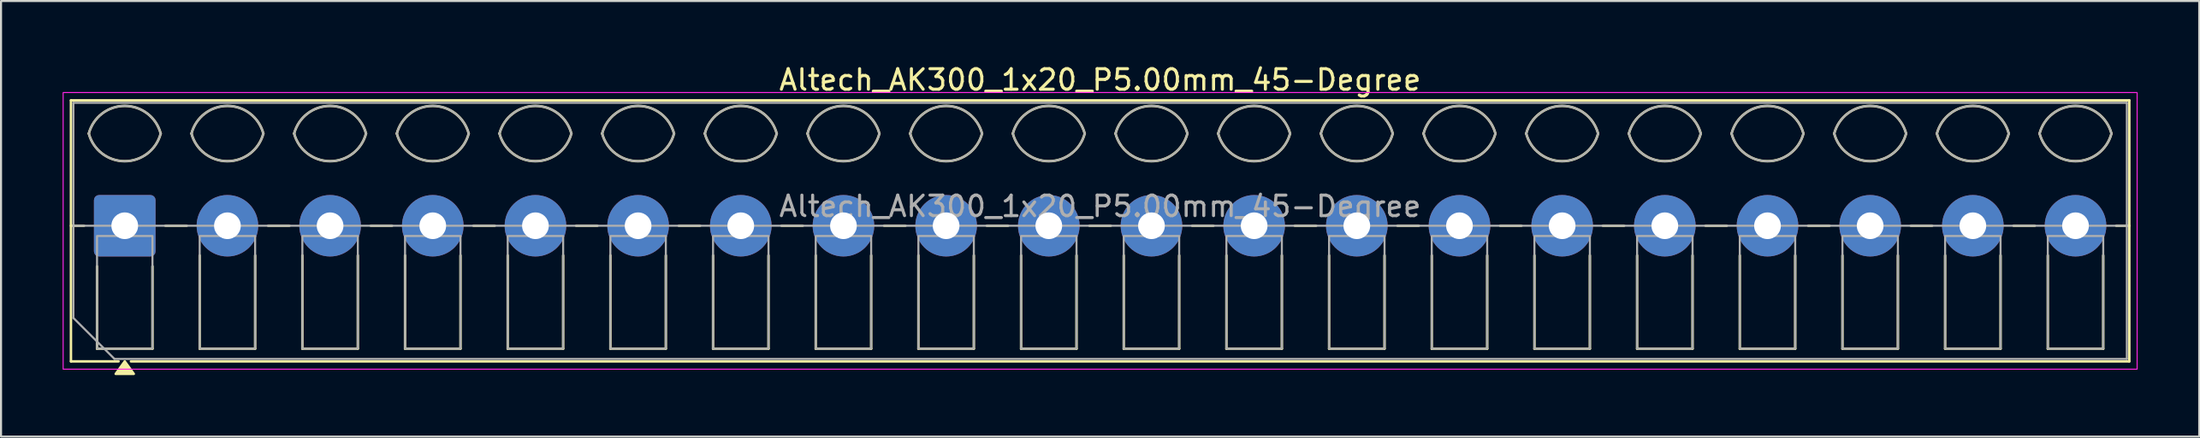
<source format=kicad_pcb>
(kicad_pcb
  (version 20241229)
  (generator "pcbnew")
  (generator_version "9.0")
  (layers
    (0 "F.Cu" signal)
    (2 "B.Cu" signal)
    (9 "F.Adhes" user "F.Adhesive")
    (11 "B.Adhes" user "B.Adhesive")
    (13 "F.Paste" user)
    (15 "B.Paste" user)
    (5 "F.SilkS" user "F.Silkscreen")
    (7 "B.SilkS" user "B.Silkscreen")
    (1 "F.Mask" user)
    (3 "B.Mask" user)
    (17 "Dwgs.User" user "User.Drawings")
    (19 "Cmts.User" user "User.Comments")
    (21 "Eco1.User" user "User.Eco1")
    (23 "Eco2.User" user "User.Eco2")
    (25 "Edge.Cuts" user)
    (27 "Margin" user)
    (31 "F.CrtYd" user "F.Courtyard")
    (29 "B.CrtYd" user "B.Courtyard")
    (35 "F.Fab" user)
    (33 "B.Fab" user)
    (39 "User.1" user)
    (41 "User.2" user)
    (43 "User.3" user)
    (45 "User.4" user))
  (footprint "Altech_AK300_1x20_P5.00mm_45-Degree"
    (layer "F.Cu")
    (at 3.025 7.968)
    (property "Reference" "Altech_AK300_1x20_P5.00mm_45-Degree" (at 47.5 -7.12 0) (layer "F.SilkS") (effects (font (size 1 1) (thickness 0.15))))
    (attr through_hole)
    (fp_line (start -2.62 -6.12) (end 97.62 -6.12) (stroke (width 0.12) (type solid)) (layer "F.SilkS"))
    (fp_line (start -2.62 0) (end -1.98 0) (stroke (width 0.12) (type solid)) (layer "F.SilkS"))
    (fp_line (start -2.62 6.62) (end -2.62 -6.12) (stroke (width 0.12) (type solid)) (layer "F.SilkS"))
    (fp_line (start -1.35 6) (end -1.35 1.98) (stroke (width 0.12) (type solid)) (layer "F.SilkS"))
    (fp_line (start -0.3 6.62) (end -2.62 6.62) (stroke (width 0.12) (type solid)) (layer "F.SilkS"))
    (fp_line (start 1.35 1.98) (end 1.35 6) (stroke (width 0.12) (type solid)) (layer "F.SilkS"))
    (fp_line (start 1.35 6) (end -1.35 6) (stroke (width 0.12) (type solid)) (layer "F.SilkS"))
    (fp_line (start 1.98 0) (end 3.02 0) (stroke (width 0.12) (type solid)) (layer "F.SilkS"))
    (fp_line (start 3.65 6) (end 3.65 1.448) (stroke (width 0.12) (type solid)) (layer "F.SilkS"))
    (fp_line (start 6.35 1.448) (end 6.35 6) (stroke (width 0.12) (type solid)) (layer "F.SilkS"))
    (fp_line (start 6.35 6) (end 3.65 6) (stroke (width 0.12) (type solid)) (layer "F.SilkS"))
    (fp_line (start 6.98 0) (end 8.02 0) (stroke (width 0.12) (type solid)) (layer "F.SilkS"))
    (fp_line (start 8.65 6) (end 8.65 1.448) (stroke (width 0.12) (type solid)) (layer "F.SilkS"))
    (fp_line (start 11.35 1.448) (end 11.35 6) (stroke (width 0.12) (type solid)) (layer "F.SilkS"))
    (fp_line (start 11.35 6) (end 8.65 6) (stroke (width 0.12) (type solid)) (layer "F.SilkS"))
    (fp_line (start 11.98 0) (end 13.02 0) (stroke (width 0.12) (type solid)) (layer "F.SilkS"))
    (fp_line (start 13.65 6) (end 13.65 1.448) (stroke (width 0.12) (type solid)) (layer "F.SilkS"))
    (fp_line (start 16.35 1.448) (end 16.35 6) (stroke (width 0.12) (type solid)) (layer "F.SilkS"))
    (fp_line (start 16.35 6) (end 13.65 6) (stroke (width 0.12) (type solid)) (layer "F.SilkS"))
    (fp_line (start 16.98 0) (end 18.02 0) (stroke (width 0.12) (type solid)) (layer "F.SilkS"))
    (fp_line (start 18.65 6) (end 18.65 1.448) (stroke (width 0.12) (type solid)) (layer "F.SilkS"))
    (fp_line (start 21.35 1.448) (end 21.35 6) (stroke (width 0.12) (type solid)) (layer "F.SilkS"))
    (fp_line (start 21.35 6) (end 18.65 6) (stroke (width 0.12) (type solid)) (layer "F.SilkS"))
    (fp_line (start 21.98 0) (end 23.02 0) (stroke (width 0.12) (type solid)) (layer "F.SilkS"))
    (fp_line (start 23.65 6) (end 23.65 1.448) (stroke (width 0.12) (type solid)) (layer "F.SilkS"))
    (fp_line (start 26.35 1.448) (end 26.35 6) (stroke (width 0.12) (type solid)) (layer "F.SilkS"))
    (fp_line (start 26.35 6) (end 23.65 6) (stroke (width 0.12) (type solid)) (layer "F.SilkS"))
    (fp_line (start 26.98 0) (end 28.02 0) (stroke (width 0.12) (type solid)) (layer "F.SilkS"))
    (fp_line (start 28.65 6) (end 28.65 1.448) (stroke (width 0.12) (type solid)) (layer "F.SilkS"))
    (fp_line (start 31.35 1.448) (end 31.35 6) (stroke (width 0.12) (type solid)) (layer "F.SilkS"))
    (fp_line (start 31.35 6) (end 28.65 6) (stroke (width 0.12) (type solid)) (layer "F.SilkS"))
    (fp_line (start 31.98 0) (end 33.02 0) (stroke (width 0.12) (type solid)) (layer "F.SilkS"))
    (fp_line (start 33.65 6) (end 33.65 1.448) (stroke (width 0.12) (type solid)) (layer "F.SilkS"))
    (fp_line (start 36.35 1.448) (end 36.35 6) (stroke (width 0.12) (type solid)) (layer "F.SilkS"))
    (fp_line (start 36.35 6) (end 33.65 6) (stroke (width 0.12) (type solid)) (layer "F.SilkS"))
    (fp_line (start 36.98 0) (end 38.02 0) (stroke (width 0.12) (type solid)) (layer "F.SilkS"))
    (fp_line (start 38.65 6) (end 38.65 1.448) (stroke (width 0.12) (type solid)) (layer "F.SilkS"))
    (fp_line (start 41.35 1.448) (end 41.35 6) (stroke (width 0.12) (type solid)) (layer "F.SilkS"))
    (fp_line (start 41.35 6) (end 38.65 6) (stroke (width 0.12) (type solid)) (layer "F.SilkS"))
    (fp_line (start 41.98 0) (end 43.02 0) (stroke (width 0.12) (type solid)) (layer "F.SilkS"))
    (fp_line (start 43.65 6) (end 43.65 1.448) (stroke (width 0.12) (type solid)) (layer "F.SilkS"))
    (fp_line (start 46.35 1.448) (end 46.35 6) (stroke (width 0.12) (type solid)) (layer "F.SilkS"))
    (fp_line (start 46.35 6) (end 43.65 6) (stroke (width 0.12) (type solid)) (layer "F.SilkS"))
    (fp_line (start 46.98 0) (end 48.02 0) (stroke (width 0.12) (type solid)) (layer "F.SilkS"))
    (fp_line (start 48.65 6) (end 48.65 1.448) (stroke (width 0.12) (type solid)) (layer "F.SilkS"))
    (fp_line (start 51.35 1.448) (end 51.35 6) (stroke (width 0.12) (type solid)) (layer "F.SilkS"))
    (fp_line (start 51.35 6) (end 48.65 6) (stroke (width 0.12) (type solid)) (layer "F.SilkS"))
    (fp_line (start 51.98 0) (end 53.02 0) (stroke (width 0.12) (type solid)) (layer "F.SilkS"))
    (fp_line (start 53.65 6) (end 53.65 1.448) (stroke (width 0.12) (type solid)) (layer "F.SilkS"))
    (fp_line (start 56.35 1.448) (end 56.35 6) (stroke (width 0.12) (type solid)) (layer "F.SilkS"))
    (fp_line (start 56.35 6) (end 53.65 6) (stroke (width 0.12) (type solid)) (layer "F.SilkS"))
    (fp_line (start 56.98 0) (end 58.02 0) (stroke (width 0.12) (type solid)) (layer "F.SilkS"))
    (fp_line (start 58.65 6) (end 58.65 1.448) (stroke (width 0.12) (type solid)) (layer "F.SilkS"))
    (fp_line (start 61.35 1.448) (end 61.35 6) (stroke (width 0.12) (type solid)) (layer "F.SilkS"))
    (fp_line (start 61.35 6) (end 58.65 6) (stroke (width 0.12) (type solid)) (layer "F.SilkS"))
    (fp_line (start 61.98 0) (end 63.02 0) (stroke (width 0.12) (type solid)) (layer "F.SilkS"))
    (fp_line (start 63.65 6) (end 63.65 1.448) (stroke (width 0.12) (type solid)) (layer "F.SilkS"))
    (fp_line (start 66.35 1.448) (end 66.35 6) (stroke (width 0.12) (type solid)) (layer "F.SilkS"))
    (fp_line (start 66.35 6) (end 63.65 6) (stroke (width 0.12) (type solid)) (layer "F.SilkS"))
    (fp_line (start 66.98 0) (end 68.02 0) (stroke (width 0.12) (type solid)) (layer "F.SilkS"))
    (fp_line (start 68.65 6) (end 68.65 1.448) (stroke (width 0.12) (type solid)) (layer "F.SilkS"))
    (fp_line (start 71.35 1.448) (end 71.35 6) (stroke (width 0.12) (type solid)) (layer "F.SilkS"))
    (fp_line (start 71.35 6) (end 68.65 6) (stroke (width 0.12) (type solid)) (layer "F.SilkS"))
    (fp_line (start 71.98 0) (end 73.02 0) (stroke (width 0.12) (type solid)) (layer "F.SilkS"))
    (fp_line (start 73.65 6) (end 73.65 1.448) (stroke (width 0.12) (type solid)) (layer "F.SilkS"))
    (fp_line (start 76.35 1.448) (end 76.35 6) (stroke (width 0.12) (type solid)) (layer "F.SilkS"))
    (fp_line (start 76.35 6) (end 73.65 6) (stroke (width 0.12) (type solid)) (layer "F.SilkS"))
    (fp_line (start 76.98 0) (end 78.02 0) (stroke (width 0.12) (type solid)) (layer "F.SilkS"))
    (fp_line (start 78.65 6) (end 78.65 1.448) (stroke (width 0.12) (type solid)) (layer "F.SilkS"))
    (fp_line (start 81.35 1.448) (end 81.35 6) (stroke (width 0.12) (type solid)) (layer "F.SilkS"))
    (fp_line (start 81.35 6) (end 78.65 6) (stroke (width 0.12) (type solid)) (layer "F.SilkS"))
    (fp_line (start 81.98 0) (end 83.02 0) (stroke (width 0.12) (type solid)) (layer "F.SilkS"))
    (fp_line (start 83.65 6) (end 83.65 1.448) (stroke (width 0.12) (type solid)) (layer "F.SilkS"))
    (fp_line (start 86.35 1.448) (end 86.35 6) (stroke (width 0.12) (type solid)) (layer "F.SilkS"))
    (fp_line (start 86.35 6) (end 83.65 6) (stroke (width 0.12) (type solid)) (layer "F.SilkS"))
    (fp_line (start 86.98 0) (end 88.02 0) (stroke (width 0.12) (type solid)) (layer "F.SilkS"))
    (fp_line (start 88.65 6) (end 88.65 1.448) (stroke (width 0.12) (type solid)) (layer "F.SilkS"))
    (fp_line (start 91.35 1.448) (end 91.35 6) (stroke (width 0.12) (type solid)) (layer "F.SilkS"))
    (fp_line (start 91.35 6) (end 88.65 6) (stroke (width 0.12) (type solid)) (layer "F.SilkS"))
    (fp_line (start 91.98 0) (end 93.02 0) (stroke (width 0.12) (type solid)) (layer "F.SilkS"))
    (fp_line (start 93.65 6) (end 93.65 1.448) (stroke (width 0.12) (type solid)) (layer "F.SilkS"))
    (fp_line (start 96.35 1.448) (end 96.35 6) (stroke (width 0.12) (type solid)) (layer "F.SilkS"))
    (fp_line (start 96.35 6) (end 93.65 6) (stroke (width 0.12) (type solid)) (layer "F.SilkS"))
    (fp_line (start 96.98 0) (end 97.62 0) (stroke (width 0.12) (type solid)) (layer "F.SilkS"))
    (fp_line (start 97.62 -6.12) (end 97.62 6.62) (stroke (width 0.12) (type solid)) (layer "F.SilkS"))
    (fp_line (start 97.62 6.62) (end 0.3 6.62) (stroke (width 0.12) (type solid)) (layer "F.SilkS"))
    (fp_arc (start -1.75 -4.5) (mid 0 -5.85) (end 1.75 -4.5) (stroke (width 0.12) (type solid)) (layer "F.SilkS"))
    (fp_arc (start 1.75 -4.5) (mid 0 -3.15) (end -1.75 -4.5) (stroke (width 0.12) (type solid)) (layer "F.SilkS"))
    (fp_arc (start 3.25 -4.5) (mid 5 -5.85) (end 6.75 -4.5) (stroke (width 0.12) (type solid)) (layer "F.SilkS"))
    (fp_arc (start 6.75 -4.5) (mid 5 -3.15) (end 3.25 -4.5) (stroke (width 0.12) (type solid)) (layer "F.SilkS"))
    (fp_arc (start 8.25 -4.5) (mid 10 -5.85) (end 11.75 -4.5) (stroke (width 0.12) (type solid)) (layer "F.SilkS"))
    (fp_arc (start 11.75 -4.5) (mid 10 -3.15) (end 8.25 -4.5) (stroke (width 0.12) (type solid)) (layer "F.SilkS"))
    (fp_arc (start 13.25 -4.5) (mid 15 -5.85) (end 16.75 -4.5) (stroke (width 0.12) (type solid)) (layer "F.SilkS"))
    (fp_arc (start 16.75 -4.5) (mid 15 -3.15) (end 13.25 -4.5) (stroke (width 0.12) (type solid)) (layer "F.SilkS"))
    (fp_arc (start 18.25 -4.5) (mid 20 -5.85) (end 21.75 -4.5) (stroke (width 0.12) (type solid)) (layer "F.SilkS"))
    (fp_arc (start 21.75 -4.5) (mid 20 -3.15) (end 18.25 -4.5) (stroke (width 0.12) (type solid)) (layer "F.SilkS"))
    (fp_arc (start 23.25 -4.5) (mid 25 -5.85) (end 26.75 -4.5) (stroke (width 0.12) (type solid)) (layer "F.SilkS"))
    (fp_arc (start 26.75 -4.5) (mid 25 -3.15) (end 23.25 -4.5) (stroke (width 0.12) (type solid)) (layer "F.SilkS"))
    (fp_arc (start 28.25 -4.5) (mid 30 -5.85) (end 31.75 -4.5) (stroke (width 0.12) (type solid)) (layer "F.SilkS"))
    (fp_arc (start 31.75 -4.5) (mid 30 -3.15) (end 28.25 -4.5) (stroke (width 0.12) (type solid)) (layer "F.SilkS"))
    (fp_arc (start 33.25 -4.5) (mid 35 -5.85) (end 36.75 -4.5) (stroke (width 0.12) (type solid)) (layer "F.SilkS"))
    (fp_arc (start 36.75 -4.5) (mid 35 -3.15) (end 33.25 -4.5) (stroke (width 0.12) (type solid)) (layer "F.SilkS"))
    (fp_arc (start 38.25 -4.5) (mid 40 -5.85) (end 41.75 -4.5) (stroke (width 0.12) (type solid)) (layer "F.SilkS"))
    (fp_arc (start 41.75 -4.5) (mid 40 -3.15) (end 38.25 -4.5) (stroke (width 0.12) (type solid)) (layer "F.SilkS"))
    (fp_arc (start 43.25 -4.5) (mid 45 -5.85) (end 46.75 -4.5) (stroke (width 0.12) (type solid)) (layer "F.SilkS"))
    (fp_arc (start 46.75 -4.5) (mid 45 -3.15) (end 43.25 -4.5) (stroke (width 0.12) (type solid)) (layer "F.SilkS"))
    (fp_arc (start 48.25 -4.5) (mid 50 -5.85) (end 51.75 -4.5) (stroke (width 0.12) (type solid)) (layer "F.SilkS"))
    (fp_arc (start 51.75 -4.5) (mid 50 -3.15) (end 48.25 -4.5) (stroke (width 0.12) (type solid)) (layer "F.SilkS"))
    (fp_arc (start 53.25 -4.5) (mid 55 -5.85) (end 56.75 -4.5) (stroke (width 0.12) (type solid)) (layer "F.SilkS"))
    (fp_arc (start 56.75 -4.5) (mid 55 -3.15) (end 53.25 -4.5) (stroke (width 0.12) (type solid)) (layer "F.SilkS"))
    (fp_arc (start 58.25 -4.5) (mid 60 -5.85) (end 61.75 -4.5) (stroke (width 0.12) (type solid)) (layer "F.SilkS"))
    (fp_arc (start 61.75 -4.5) (mid 60 -3.15) (end 58.25 -4.5) (stroke (width 0.12) (type solid)) (layer "F.SilkS"))
    (fp_arc (start 63.25 -4.5) (mid 65 -5.85) (end 66.75 -4.5) (stroke (width 0.12) (type solid)) (layer "F.SilkS"))
    (fp_arc (start 66.75 -4.5) (mid 65 -3.15) (end 63.25 -4.5) (stroke (width 0.12) (type solid)) (layer "F.SilkS"))
    (fp_arc (start 68.25 -4.5) (mid 70 -5.85) (end 71.75 -4.5) (stroke (width 0.12) (type solid)) (layer "F.SilkS"))
    (fp_arc (start 71.75 -4.5) (mid 70 -3.15) (end 68.25 -4.5) (stroke (width 0.12) (type solid)) (layer "F.SilkS"))
    (fp_arc (start 73.25 -4.5) (mid 75 -5.85) (end 76.75 -4.5) (stroke (width 0.12) (type solid)) (layer "F.SilkS"))
    (fp_arc (start 76.75 -4.5) (mid 75 -3.15) (end 73.25 -4.5) (stroke (width 0.12) (type solid)) (layer "F.SilkS"))
    (fp_arc (start 78.25 -4.5) (mid 80 -5.85) (end 81.75 -4.5) (stroke (width 0.12) (type solid)) (layer "F.SilkS"))
    (fp_arc (start 81.75 -4.5) (mid 80 -3.15) (end 78.25 -4.5) (stroke (width 0.12) (type solid)) (layer "F.SilkS"))
    (fp_arc (start 83.25 -4.5) (mid 85 -5.85) (end 86.75 -4.5) (stroke (width 0.12) (type solid)) (layer "F.SilkS"))
    (fp_arc (start 86.75 -4.5) (mid 85 -3.15) (end 83.25 -4.5) (stroke (width 0.12) (type solid)) (layer "F.SilkS"))
    (fp_arc (start 88.25 -4.5) (mid 90 -5.85) (end 91.75 -4.5) (stroke (width 0.12) (type solid)) (layer "F.SilkS"))
    (fp_arc (start 91.75 -4.5) (mid 90 -3.15) (end 88.25 -4.5) (stroke (width 0.12) (type solid)) (layer "F.SilkS"))
    (fp_arc (start 93.25 -4.5) (mid 95 -5.85) (end 96.75 -4.5) (stroke (width 0.12) (type solid)) (layer "F.SilkS"))
    (fp_arc (start 96.75 -4.5) (mid 95 -3.15) (end 93.25 -4.5) (stroke (width 0.12) (type solid)) (layer "F.SilkS"))
    (fp_poly (pts (xy 0 6.62) (xy 0.44 7.23) (xy -0.44 7.23)) (stroke (width 0.12) (type solid)) (fill yes) (layer "F.SilkS"))
    (fp_rect (start -3 -6.5) (end 98 7) (stroke (width 0.05) (type solid)) (fill no) (layer "F.CrtYd"))
    (fp_line (start -2.5 -6) (end 97.5 -6) (stroke (width 0.1) (type solid)) (layer "F.Fab"))
    (fp_line (start -2.5 0) (end 97.5 0) (stroke (width 0.1) (type solid)) (layer "F.Fab"))
    (fp_line (start -2.5 4.5) (end -2.5 -6) (stroke (width 0.1) (type solid)) (layer "F.Fab"))
    (fp_line (start -0.5 6.5) (end -2.5 4.5) (stroke (width 0.1) (type solid)) (layer "F.Fab"))
    (fp_line (start 97.5 -6) (end 97.5 6.5) (stroke (width 0.1) (type solid)) (layer "F.Fab"))
    (fp_line (start 97.5 6.5) (end -0.5 6.5) (stroke (width 0.1) (type solid)) (layer "F.Fab"))
    (fp_rect (start -1.35 0.5) (end 1.35 6) (stroke (width 0.1) (type solid)) (fill no) (layer "F.Fab"))
    (fp_rect (start 3.65 0.5) (end 6.35 6) (stroke (width 0.1) (type solid)) (fill no) (layer "F.Fab"))
    (fp_rect (start 8.65 0.5) (end 11.351 6) (stroke (width 0.1) (type solid)) (fill no) (layer "F.Fab"))
    (fp_rect (start 13.65 0.5) (end 16.351 6) (stroke (width 0.1) (type solid)) (fill no) (layer "F.Fab"))
    (fp_rect (start 18.65 0.5) (end 21.35 6) (stroke (width 0.1) (type solid)) (fill no) (layer "F.Fab"))
    (fp_rect (start 23.65 0.5) (end 26.35 6) (stroke (width 0.1) (type solid)) (fill no) (layer "F.Fab"))
    (fp_rect (start 28.65 0.5) (end 31.35 6) (stroke (width 0.1) (type solid)) (fill no) (layer "F.Fab"))
    (fp_rect (start 33.65 0.5) (end 36.35 6) (stroke (width 0.1) (type solid)) (fill no) (layer "F.Fab"))
    (fp_rect (start 38.65 0.5) (end 41.35 6) (stroke (width 0.1) (type solid)) (fill no) (layer "F.Fab"))
    (fp_rect (start 43.65 0.5) (end 46.35 6) (stroke (width 0.1) (type solid)) (fill no) (layer "F.Fab"))
    (fp_rect (start 48.65 0.5) (end 51.35 6) (stroke (width 0.1) (type solid)) (fill no) (layer "F.Fab"))
    (fp_rect (start 53.65 0.5) (end 56.35 6) (stroke (width 0.1) (type solid)) (fill no) (layer "F.Fab"))
    (fp_rect (start 58.65 0.5) (end 61.35 6) (stroke (width 0.1) (type solid)) (fill no) (layer "F.Fab"))
    (fp_rect (start 63.65 0.5) (end 66.35 6) (stroke (width 0.1) (type solid)) (fill no) (layer "F.Fab"))
    (fp_rect (start 68.65 0.5) (end 71.35 6) (stroke (width 0.1) (type solid)) (fill no) (layer "F.Fab"))
    (fp_rect (start 73.65 0.5) (end 76.35 6) (stroke (width 0.1) (type solid)) (fill no) (layer "F.Fab"))
    (fp_rect (start 78.65 0.5) (end 81.35 6) (stroke (width 0.1) (type solid)) (fill no) (layer "F.Fab"))
    (fp_rect (start 83.65 0.5) (end 86.35 6) (stroke (width 0.1) (type solid)) (fill no) (layer "F.Fab"))
    (fp_rect (start 88.65 0.5) (end 91.35 6) (stroke (width 0.1) (type solid)) (fill no) (layer "F.Fab"))
    (fp_rect (start 93.65 0.5) (end 96.35 6) (stroke (width 0.1) (type solid)) (fill no) (layer "F.Fab"))
    (fp_arc (start -1.75 -4.5) (mid 0 -5.85) (end 1.75 -4.5) (stroke (width 0.1) (type solid)) (layer "F.Fab"))
    (fp_arc (start 1.75 -4.5) (mid 0 -3.15) (end -1.75 -4.5) (stroke (width 0.1) (type solid)) (layer "F.Fab"))
    (fp_arc (start 3.25 -4.5) (mid 5 -5.85) (end 6.75 -4.5) (stroke (width 0.1) (type solid)) (layer "F.Fab"))
    (fp_arc (start 6.75 -4.5) (mid 5 -3.15) (end 3.25 -4.5) (stroke (width 0.1) (type solid)) (layer "F.Fab"))
    (fp_arc (start 8.25 -4.5) (mid 10 -5.85) (end 11.75 -4.5) (stroke (width 0.1) (type solid)) (layer "F.Fab"))
    (fp_arc (start 11.75 -4.5) (mid 10 -3.15) (end 8.25 -4.5) (stroke (width 0.1) (type solid)) (layer "F.Fab"))
    (fp_arc (start 13.25 -4.5) (mid 15 -5.85) (end 16.75 -4.5) (stroke (width 0.1) (type solid)) (layer "F.Fab"))
    (fp_arc (start 16.75 -4.5) (mid 15 -3.15) (end 13.25 -4.5) (stroke (width 0.1) (type solid)) (layer "F.Fab"))
    (fp_arc (start 18.25 -4.5) (mid 20 -5.85) (end 21.75 -4.5) (stroke (width 0.1) (type solid)) (layer "F.Fab"))
    (fp_arc (start 21.75 -4.5) (mid 20 -3.15) (end 18.25 -4.5) (stroke (width 0.1) (type solid)) (layer "F.Fab"))
    (fp_arc (start 23.25 -4.5) (mid 25 -5.85) (end 26.75 -4.5) (stroke (width 0.1) (type solid)) (layer "F.Fab"))
    (fp_arc (start 26.75 -4.5) (mid 25 -3.15) (end 23.25 -4.5) (stroke (width 0.1) (type solid)) (layer "F.Fab"))
    (fp_arc (start 28.25 -4.5) (mid 30 -5.85) (end 31.75 -4.5) (stroke (width 0.1) (type solid)) (layer "F.Fab"))
    (fp_arc (start 31.75 -4.5) (mid 30 -3.15) (end 28.25 -4.5) (stroke (width 0.1) (type solid)) (layer "F.Fab"))
    (fp_arc (start 33.25 -4.5) (mid 35 -5.85) (end 36.75 -4.5) (stroke (width 0.1) (type solid)) (layer "F.Fab"))
    (fp_arc (start 36.75 -4.5) (mid 35 -3.15) (end 33.25 -4.5) (stroke (width 0.1) (type solid)) (layer "F.Fab"))
    (fp_arc (start 38.25 -4.5) (mid 40 -5.85) (end 41.75 -4.5) (stroke (width 0.1) (type solid)) (layer "F.Fab"))
    (fp_arc (start 41.75 -4.5) (mid 40 -3.15) (end 38.25 -4.5) (stroke (width 0.1) (type solid)) (layer "F.Fab"))
    (fp_arc (start 43.25 -4.5) (mid 45 -5.85) (end 46.75 -4.5) (stroke (width 0.1) (type solid)) (layer "F.Fab"))
    (fp_arc (start 46.75 -4.5) (mid 45 -3.15) (end 43.25 -4.5) (stroke (width 0.1) (type solid)) (layer "F.Fab"))
    (fp_arc (start 48.25 -4.5) (mid 50 -5.85) (end 51.75 -4.5) (stroke (width 0.1) (type solid)) (layer "F.Fab"))
    (fp_arc (start 51.75 -4.5) (mid 50 -3.15) (end 48.25 -4.5) (stroke (width 0.1) (type solid)) (layer "F.Fab"))
    (fp_arc (start 53.25 -4.5) (mid 55 -5.85) (end 56.75 -4.5) (stroke (width 0.1) (type solid)) (layer "F.Fab"))
    (fp_arc (start 56.75 -4.5) (mid 55 -3.15) (end 53.25 -4.5) (stroke (width 0.1) (type solid)) (layer "F.Fab"))
    (fp_arc (start 58.25 -4.5) (mid 60 -5.85) (end 61.75 -4.5) (stroke (width 0.1) (type solid)) (layer "F.Fab"))
    (fp_arc (start 61.75 -4.5) (mid 60 -3.15) (end 58.25 -4.5) (stroke (width 0.1) (type solid)) (layer "F.Fab"))
    (fp_arc (start 63.25 -4.5) (mid 65 -5.85) (end 66.75 -4.5) (stroke (width 0.1) (type solid)) (layer "F.Fab"))
    (fp_arc (start 66.75 -4.5) (mid 65 -3.15) (end 63.25 -4.5) (stroke (width 0.1) (type solid)) (layer "F.Fab"))
    (fp_arc (start 68.25 -4.5) (mid 70 -5.85) (end 71.75 -4.5) (stroke (width 0.1) (type solid)) (layer "F.Fab"))
    (fp_arc (start 71.75 -4.5) (mid 70 -3.15) (end 68.25 -4.5) (stroke (width 0.1) (type solid)) (layer "F.Fab"))
    (fp_arc (start 73.25 -4.5) (mid 75 -5.85) (end 76.75 -4.5) (stroke (width 0.1) (type solid)) (layer "F.Fab"))
    (fp_arc (start 76.75 -4.5) (mid 75 -3.15) (end 73.25 -4.5) (stroke (width 0.1) (type solid)) (layer "F.Fab"))
    (fp_arc (start 78.25 -4.5) (mid 80 -5.85) (end 81.75 -4.5) (stroke (width 0.1) (type solid)) (layer "F.Fab"))
    (fp_arc (start 81.75 -4.5) (mid 80 -3.15) (end 78.25 -4.5) (stroke (width 0.1) (type solid)) (layer "F.Fab"))
    (fp_arc (start 83.25 -4.5) (mid 85 -5.85) (end 86.75 -4.5) (stroke (width 0.1) (type solid)) (layer "F.Fab"))
    (fp_arc (start 86.75 -4.5) (mid 85 -3.15) (end 83.25 -4.5) (stroke (width 0.1) (type solid)) (layer "F.Fab"))
    (fp_arc (start 88.25 -4.5) (mid 90 -5.85) (end 91.75 -4.5) (stroke (width 0.1) (type solid)) (layer "F.Fab"))
    (fp_arc (start 91.75 -4.5) (mid 90 -3.15) (end 88.25 -4.5) (stroke (width 0.1) (type solid)) (layer "F.Fab"))
    (fp_arc (start 93.25 -4.5) (mid 95 -5.85) (end 96.75 -4.5) (stroke (width 0.1) (type solid)) (layer "F.Fab"))
    (fp_arc (start 96.75 -4.5) (mid 95 -3.15) (end 93.25 -4.5) (stroke (width 0.1) (type solid)) (layer "F.Fab"))
    (fp_text user "${REFERENCE}" (at 47.5 -0.95 0) (layer "F.Fab") (effects (font (size 1 1) (thickness 0.15))))
    (pad "1" thru_hole roundrect (at 0 0) (size 3 3) (drill 1.3) (layers "*.Cu" "*.Mask") (roundrect_rratio 0.083))
    (pad "2" thru_hole circle (at 5 0) (size 3 3) (drill 1.3) (layers "*.Cu" "*.Mask"))
    (pad "3" thru_hole circle (at 10 0) (size 3 3) (drill 1.3) (layers "*.Cu" "*.Mask"))
    (pad "4" thru_hole circle (at 15 0) (size 3 3) (drill 1.3) (layers "*.Cu" "*.Mask"))
    (pad "5" thru_hole circle (at 20 0) (size 3 3) (drill 1.3) (layers "*.Cu" "*.Mask"))
    (pad "6" thru_hole circle (at 25 0) (size 3 3) (drill 1.3) (layers "*.Cu" "*.Mask"))
    (pad "7" thru_hole circle (at 30 0) (size 3 3) (drill 1.3) (layers "*.Cu" "*.Mask"))
    (pad "8" thru_hole circle (at 35 0) (size 3 3) (drill 1.3) (layers "*.Cu" "*.Mask"))
    (pad "9" thru_hole circle (at 40 0) (size 3 3) (drill 1.3) (layers "*.Cu" "*.Mask"))
    (pad "10" thru_hole circle (at 45 0) (size 3 3) (drill 1.3) (layers "*.Cu" "*.Mask"))
    (pad "11" thru_hole circle (at 50 0) (size 3 3) (drill 1.3) (layers "*.Cu" "*.Mask"))
    (pad "12" thru_hole circle (at 55 0) (size 3 3) (drill 1.3) (layers "*.Cu" "*.Mask"))
    (pad "13" thru_hole circle (at 60 0) (size 3 3) (drill 1.3) (layers "*.Cu" "*.Mask"))
    (pad "14" thru_hole circle (at 65 0) (size 3 3) (drill 1.3) (layers "*.Cu" "*.Mask"))
    (pad "15" thru_hole circle (at 70 0) (size 3 3) (drill 1.3) (layers "*.Cu" "*.Mask"))
    (pad "16" thru_hole circle (at 75 0) (size 3 3) (drill 1.3) (layers "*.Cu" "*.Mask"))
    (pad "17" thru_hole circle (at 80 0) (size 3 3) (drill 1.3) (layers "*.Cu" "*.Mask"))
    (pad "18" thru_hole circle (at 85 0) (size 3 3) (drill 1.3) (layers "*.Cu" "*.Mask"))
    (pad "19" thru_hole circle (at 90 0) (size 3 3) (drill 1.3) (layers "*.Cu" "*.Mask"))
    (pad "20" thru_hole circle (at 95 0) (size 3 3) (drill 1.3) (layers "*.Cu" "*.Mask")))
  (gr_rect
    (start -3 -3)
    (end 104.05 18.258)
    (stroke (width 0.1) (type default))
    (fill no)
    (layer "Edge.Cuts")))
</source>
